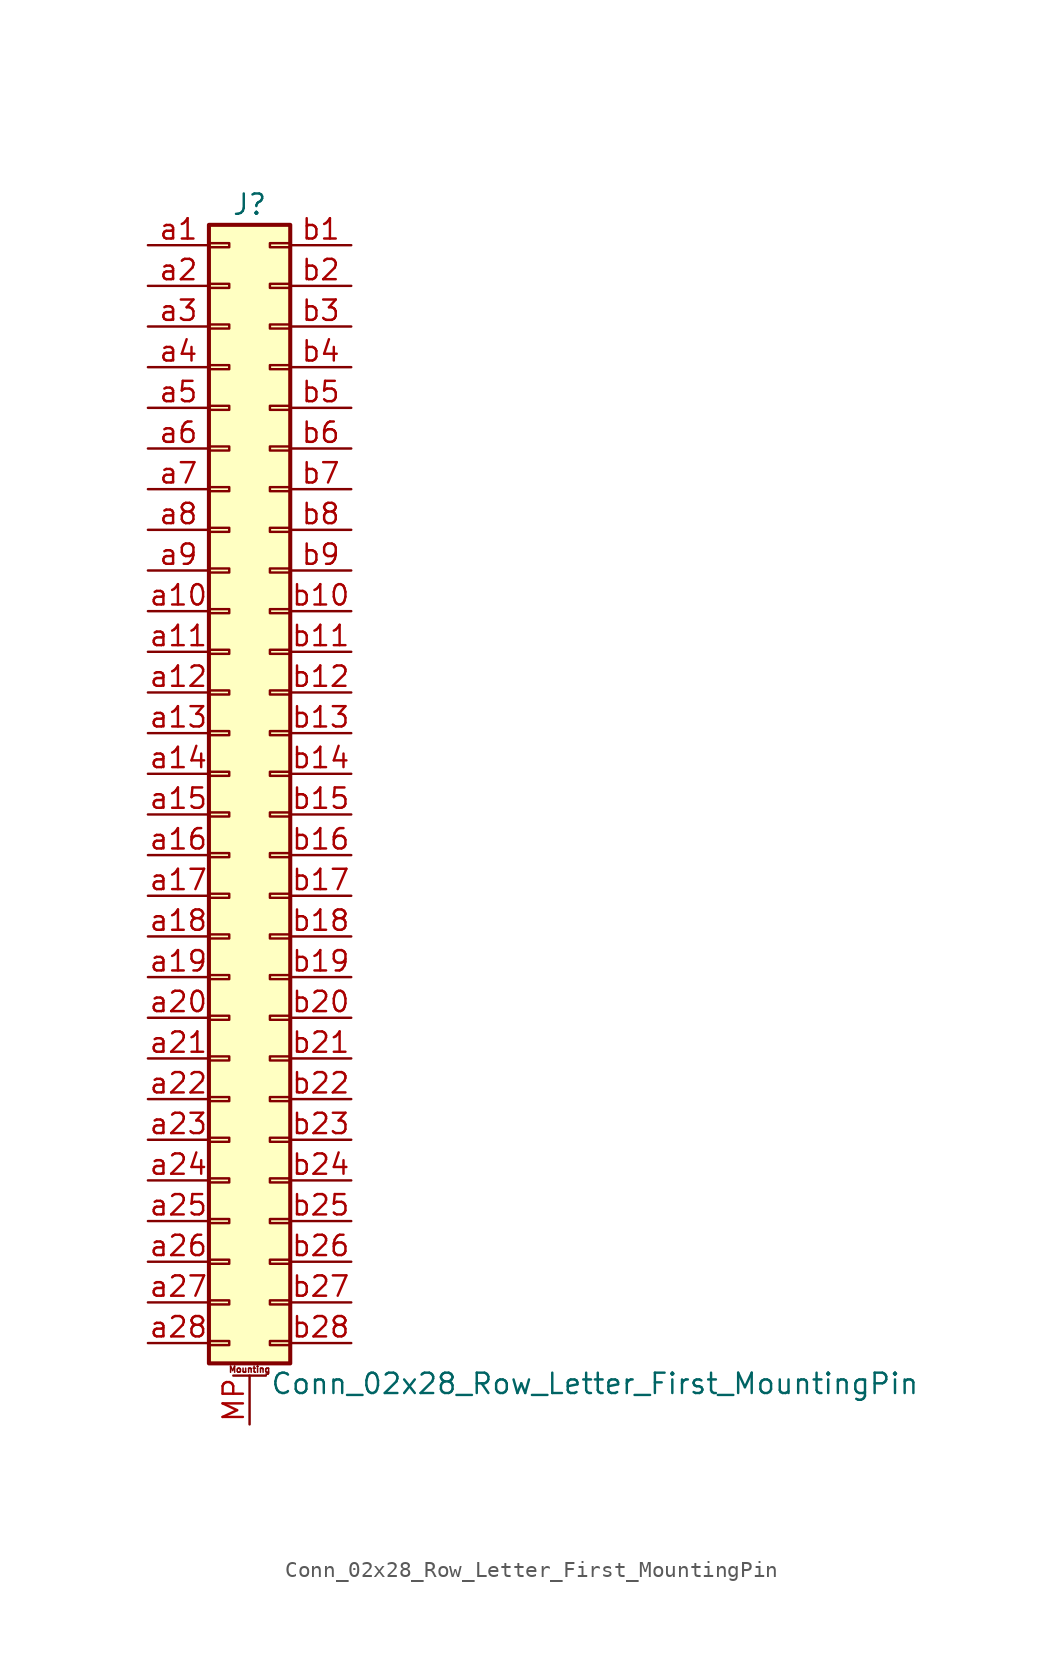
<source format=kicad_sym>
(kicad_symbol_lib
  (version 20201005)
  (generator kicad_symbol_editor)
  (symbol "Conn_02x28_Row_Letter_First_MountingPin"
    (pin_names
      (offset 1.016) hide)
    (property "Reference" "J"
      (at 1.27 35.56 0)
      (effects (font (size 1.27 1.27))))
    (property "Value" "Conn_02x28_Row_Letter_First_MountingPin"
      (at 2.54 -38.1 0)
      (effects (font (size 1.27 1.27)) (justify left)))
    (symbol "Conn_02x28_Row_Letter_First_MountingPin_1_1"
      (text "Mounting" (at 1.27 -37.211 0) (effects (font (size 0.381 0.381))))
      (rectangle (start -1.27 -35.433) (end 0 -35.687) (stroke (width 0.152)) (fill (type none)))
      (rectangle (start -1.27 -32.893) (end 0 -33.147) (stroke (width 0.152)) (fill (type none)))
      (rectangle (start -1.27 -30.353) (end 0 -30.607) (stroke (width 0.152)) (fill (type none)))
      (rectangle (start -1.27 -27.813) (end 0 -28.067) (stroke (width 0.152)) (fill (type none)))
      (rectangle (start -1.27 -25.273) (end 0 -25.527) (stroke (width 0.152)) (fill (type none)))
      (rectangle (start -1.27 -22.733) (end 0 -22.987) (stroke (width 0.152)) (fill (type none)))
      (rectangle (start -1.27 -20.193) (end 0 -20.447) (stroke (width 0.152)) (fill (type none)))
      (rectangle (start -1.27 -17.653) (end 0 -17.907) (stroke (width 0.152)) (fill (type none)))
      (rectangle (start -1.27 -15.113) (end 0 -15.367) (stroke (width 0.152)) (fill (type none)))
      (rectangle (start -1.27 -12.573) (end 0 -12.827) (stroke (width 0.152)) (fill (type none)))
      (rectangle (start -1.27 -10.033) (end 0 -10.287) (stroke (width 0.152)) (fill (type none)))
      (rectangle (start -1.27 -7.493) (end 0 -7.747) (stroke (width 0.152)) (fill (type none)))
      (rectangle (start -1.27 -4.953) (end 0 -5.207) (stroke (width 0.152)) (fill (type none)))
      (rectangle (start -1.27 -2.413) (end 0 -2.667) (stroke (width 0.152)) (fill (type none)))
      (rectangle (start -1.27 0.127) (end 0 -0.127) (stroke (width 0.152)) (fill (type none)))
      (rectangle (start -1.27 2.667) (end 0 2.413) (stroke (width 0.152)) (fill (type none)))
      (rectangle (start -1.27 5.207) (end 0 4.953) (stroke (width 0.152)) (fill (type none)))
      (rectangle (start -1.27 7.747) (end 0 7.493) (stroke (width 0.152)) (fill (type none)))
      (rectangle (start -1.27 10.287) (end 0 10.033) (stroke (width 0.152)) (fill (type none)))
      (rectangle (start -1.27 12.827) (end 0 12.573) (stroke (width 0.152)) (fill (type none)))
      (rectangle (start -1.27 15.367) (end 0 15.113) (stroke (width 0.152)) (fill (type none)))
      (rectangle (start -1.27 17.907) (end 0 17.653) (stroke (width 0.152)) (fill (type none)))
      (rectangle (start -1.27 20.447) (end 0 20.193) (stroke (width 0.152)) (fill (type none)))
      (rectangle (start -1.27 22.987) (end 0 22.733) (stroke (width 0.152)) (fill (type none)))
      (rectangle (start -1.27 25.527) (end 0 25.273) (stroke (width 0.152)) (fill (type none)))
      (rectangle (start -1.27 28.067) (end 0 27.813) (stroke (width 0.152)) (fill (type none)))
      (rectangle (start -1.27 30.607) (end 0 30.353) (stroke (width 0.152)) (fill (type none)))
      (rectangle (start -1.27 33.147) (end 0 32.893) (stroke (width 0.152)) (fill (type none)))
      (rectangle (start -1.27 34.29) (end 3.81 -36.83) (stroke (width 0.254)) (fill (type background)))
      (rectangle (start 3.81 -35.433) (end 2.54 -35.687) (stroke (width 0.152)) (fill (type none)))
      (rectangle (start 3.81 -32.893) (end 2.54 -33.147) (stroke (width 0.152)) (fill (type none)))
      (rectangle (start 3.81 -30.353) (end 2.54 -30.607) (stroke (width 0.152)) (fill (type none)))
      (rectangle (start 3.81 -27.813) (end 2.54 -28.067) (stroke (width 0.152)) (fill (type none)))
      (rectangle (start 3.81 -25.273) (end 2.54 -25.527) (stroke (width 0.152)) (fill (type none)))
      (rectangle (start 3.81 -22.733) (end 2.54 -22.987) (stroke (width 0.152)) (fill (type none)))
      (rectangle (start 3.81 -20.193) (end 2.54 -20.447) (stroke (width 0.152)) (fill (type none)))
      (rectangle (start 3.81 -17.653) (end 2.54 -17.907) (stroke (width 0.152)) (fill (type none)))
      (rectangle (start 3.81 -15.113) (end 2.54 -15.367) (stroke (width 0.152)) (fill (type none)))
      (rectangle (start 3.81 -12.573) (end 2.54 -12.827) (stroke (width 0.152)) (fill (type none)))
      (rectangle (start 3.81 -10.033) (end 2.54 -10.287) (stroke (width 0.152)) (fill (type none)))
      (rectangle (start 3.81 -7.493) (end 2.54 -7.747) (stroke (width 0.152)) (fill (type none)))
      (rectangle (start 3.81 -4.953) (end 2.54 -5.207) (stroke (width 0.152)) (fill (type none)))
      (rectangle (start 3.81 -2.413) (end 2.54 -2.667) (stroke (width 0.152)) (fill (type none)))
      (rectangle (start 3.81 0.127) (end 2.54 -0.127) (stroke (width 0.152)) (fill (type none)))
      (rectangle (start 3.81 2.667) (end 2.54 2.413) (stroke (width 0.152)) (fill (type none)))
      (rectangle (start 3.81 5.207) (end 2.54 4.953) (stroke (width 0.152)) (fill (type none)))
      (rectangle (start 3.81 7.747) (end 2.54 7.493) (stroke (width 0.152)) (fill (type none)))
      (rectangle (start 3.81 10.287) (end 2.54 10.033) (stroke (width 0.152)) (fill (type none)))
      (rectangle (start 3.81 12.827) (end 2.54 12.573) (stroke (width 0.152)) (fill (type none)))
      (rectangle (start 3.81 15.367) (end 2.54 15.113) (stroke (width 0.152)) (fill (type none)))
      (rectangle (start 3.81 17.907) (end 2.54 17.653) (stroke (width 0.152)) (fill (type none)))
      (rectangle (start 3.81 20.447) (end 2.54 20.193) (stroke (width 0.152)) (fill (type none)))
      (rectangle (start 3.81 22.987) (end 2.54 22.733) (stroke (width 0.152)) (fill (type none)))
      (rectangle (start 3.81 25.527) (end 2.54 25.273) (stroke (width 0.152)) (fill (type none)))
      (rectangle (start 3.81 28.067) (end 2.54 27.813) (stroke (width 0.152)) (fill (type none)))
      (rectangle (start 3.81 30.607) (end 2.54 30.353) (stroke (width 0.152)) (fill (type none)))
      (rectangle (start 3.81 33.147) (end 2.54 32.893) (stroke (width 0.152)) (fill (type none)))
      (polyline (pts (xy 0.254 -37.592) (xy 2.286 -37.592)) (stroke (width 0.152)) (fill (type none)))
      (pin passive line (at 1.27 -40.64 90) (length 3.048) (name "MountPin" (effects (font (size 1.27 1.27)))) (number "MP" (effects (font (size 1.27 1.27)))))
      (pin passive line (at -5.08 33.02 0) (length 3.81) (name "Pin_a1" (effects (font (size 1.27 1.27)))) (number "a1" (effects (font (size 1.27 1.27)))))
      (pin passive line (at -5.08 10.16 0) (length 3.81) (name "Pin_a10" (effects (font (size 1.27 1.27)))) (number "a10" (effects (font (size 1.27 1.27)))))
      (pin passive line (at -5.08 7.62 0) (length 3.81) (name "Pin_a11" (effects (font (size 1.27 1.27)))) (number "a11" (effects (font (size 1.27 1.27)))))
      (pin passive line (at -5.08 5.08 0) (length 3.81) (name "Pin_a12" (effects (font (size 1.27 1.27)))) (number "a12" (effects (font (size 1.27 1.27)))))
      (pin passive line (at -5.08 2.54 0) (length 3.81) (name "Pin_a13" (effects (font (size 1.27 1.27)))) (number "a13" (effects (font (size 1.27 1.27)))))
      (pin passive line (at -5.08 0 0) (length 3.81) (name "Pin_a14" (effects (font (size 1.27 1.27)))) (number "a14" (effects (font (size 1.27 1.27)))))
      (pin passive line (at -5.08 -2.54 0) (length 3.81) (name "Pin_a15" (effects (font (size 1.27 1.27)))) (number "a15" (effects (font (size 1.27 1.27)))))
      (pin passive line (at -5.08 -5.08 0) (length 3.81) (name "Pin_a16" (effects (font (size 1.27 1.27)))) (number "a16" (effects (font (size 1.27 1.27)))))
      (pin passive line (at -5.08 -7.62 0) (length 3.81) (name "Pin_a17" (effects (font (size 1.27 1.27)))) (number "a17" (effects (font (size 1.27 1.27)))))
      (pin passive line (at -5.08 -10.16 0) (length 3.81) (name "Pin_a18" (effects (font (size 1.27 1.27)))) (number "a18" (effects (font (size 1.27 1.27)))))
      (pin passive line (at -5.08 -12.7 0) (length 3.81) (name "Pin_a19" (effects (font (size 1.27 1.27)))) (number "a19" (effects (font (size 1.27 1.27)))))
      (pin passive line (at -5.08 30.48 0) (length 3.81) (name "Pin_a2" (effects (font (size 1.27 1.27)))) (number "a2" (effects (font (size 1.27 1.27)))))
      (pin passive line (at -5.08 -15.24 0) (length 3.81) (name "Pin_a20" (effects (font (size 1.27 1.27)))) (number "a20" (effects (font (size 1.27 1.27)))))
      (pin passive line (at -5.08 -17.78 0) (length 3.81) (name "Pin_a21" (effects (font (size 1.27 1.27)))) (number "a21" (effects (font (size 1.27 1.27)))))
      (pin passive line (at -5.08 -20.32 0) (length 3.81) (name "Pin_a22" (effects (font (size 1.27 1.27)))) (number "a22" (effects (font (size 1.27 1.27)))))
      (pin passive line (at -5.08 -22.86 0) (length 3.81) (name "Pin_a23" (effects (font (size 1.27 1.27)))) (number "a23" (effects (font (size 1.27 1.27)))))
      (pin passive line (at -5.08 -25.4 0) (length 3.81) (name "Pin_a24" (effects (font (size 1.27 1.27)))) (number "a24" (effects (font (size 1.27 1.27)))))
      (pin passive line (at -5.08 -27.94 0) (length 3.81) (name "Pin_a25" (effects (font (size 1.27 1.27)))) (number "a25" (effects (font (size 1.27 1.27)))))
      (pin passive line (at -5.08 -30.48 0) (length 3.81) (name "Pin_a26" (effects (font (size 1.27 1.27)))) (number "a26" (effects (font (size 1.27 1.27)))))
      (pin passive line (at -5.08 -33.02 0) (length 3.81) (name "Pin_a27" (effects (font (size 1.27 1.27)))) (number "a27" (effects (font (size 1.27 1.27)))))
      (pin passive line (at -5.08 -35.56 0) (length 3.81) (name "Pin_a28" (effects (font (size 1.27 1.27)))) (number "a28" (effects (font (size 1.27 1.27)))))
      (pin passive line (at -5.08 27.94 0) (length 3.81) (name "Pin_a3" (effects (font (size 1.27 1.27)))) (number "a3" (effects (font (size 1.27 1.27)))))
      (pin passive line (at -5.08 25.4 0) (length 3.81) (name "Pin_a4" (effects (font (size 1.27 1.27)))) (number "a4" (effects (font (size 1.27 1.27)))))
      (pin passive line (at -5.08 22.86 0) (length 3.81) (name "Pin_a5" (effects (font (size 1.27 1.27)))) (number "a5" (effects (font (size 1.27 1.27)))))
      (pin passive line (at -5.08 20.32 0) (length 3.81) (name "Pin_a6" (effects (font (size 1.27 1.27)))) (number "a6" (effects (font (size 1.27 1.27)))))
      (pin passive line (at -5.08 17.78 0) (length 3.81) (name "Pin_a7" (effects (font (size 1.27 1.27)))) (number "a7" (effects (font (size 1.27 1.27)))))
      (pin passive line (at -5.08 15.24 0) (length 3.81) (name "Pin_a8" (effects (font (size 1.27 1.27)))) (number "a8" (effects (font (size 1.27 1.27)))))
      (pin passive line (at -5.08 12.7 0) (length 3.81) (name "Pin_a9" (effects (font (size 1.27 1.27)))) (number "a9" (effects (font (size 1.27 1.27)))))
      (pin passive line (at 7.62 33.02 180) (length 3.81) (name "Pin_b1" (effects (font (size 1.27 1.27)))) (number "b1" (effects (font (size 1.27 1.27)))))
      (pin passive line (at 7.62 10.16 180) (length 3.81) (name "Pin_b10" (effects (font (size 1.27 1.27)))) (number "b10" (effects (font (size 1.27 1.27)))))
      (pin passive line (at 7.62 7.62 180) (length 3.81) (name "Pin_b11" (effects (font (size 1.27 1.27)))) (number "b11" (effects (font (size 1.27 1.27)))))
      (pin passive line (at 7.62 5.08 180) (length 3.81) (name "Pin_b12" (effects (font (size 1.27 1.27)))) (number "b12" (effects (font (size 1.27 1.27)))))
      (pin passive line (at 7.62 2.54 180) (length 3.81) (name "Pin_b13" (effects (font (size 1.27 1.27)))) (number "b13" (effects (font (size 1.27 1.27)))))
      (pin passive line (at 7.62 0 180) (length 3.81) (name "Pin_b14" (effects (font (size 1.27 1.27)))) (number "b14" (effects (font (size 1.27 1.27)))))
      (pin passive line (at 7.62 -2.54 180) (length 3.81) (name "Pin_b15" (effects (font (size 1.27 1.27)))) (number "b15" (effects (font (size 1.27 1.27)))))
      (pin passive line (at 7.62 -5.08 180) (length 3.81) (name "Pin_b16" (effects (font (size 1.27 1.27)))) (number "b16" (effects (font (size 1.27 1.27)))))
      (pin passive line (at 7.62 -7.62 180) (length 3.81) (name "Pin_b17" (effects (font (size 1.27 1.27)))) (number "b17" (effects (font (size 1.27 1.27)))))
      (pin passive line (at 7.62 -10.16 180) (length 3.81) (name "Pin_b18" (effects (font (size 1.27 1.27)))) (number "b18" (effects (font (size 1.27 1.27)))))
      (pin passive line (at 7.62 -12.7 180) (length 3.81) (name "Pin_b19" (effects (font (size 1.27 1.27)))) (number "b19" (effects (font (size 1.27 1.27)))))
      (pin passive line (at 7.62 30.48 180) (length 3.81) (name "Pin_b2" (effects (font (size 1.27 1.27)))) (number "b2" (effects (font (size 1.27 1.27)))))
      (pin passive line (at 7.62 -15.24 180) (length 3.81) (name "Pin_b20" (effects (font (size 1.27 1.27)))) (number "b20" (effects (font (size 1.27 1.27)))))
      (pin passive line (at 7.62 -17.78 180) (length 3.81) (name "Pin_b21" (effects (font (size 1.27 1.27)))) (number "b21" (effects (font (size 1.27 1.27)))))
      (pin passive line (at 7.62 -20.32 180) (length 3.81) (name "Pin_b22" (effects (font (size 1.27 1.27)))) (number "b22" (effects (font (size 1.27 1.27)))))
      (pin passive line (at 7.62 -22.86 180) (length 3.81) (name "Pin_b23" (effects (font (size 1.27 1.27)))) (number "b23" (effects (font (size 1.27 1.27)))))
      (pin passive line (at 7.62 -25.4 180) (length 3.81) (name "Pin_b24" (effects (font (size 1.27 1.27)))) (number "b24" (effects (font (size 1.27 1.27)))))
      (pin passive line (at 7.62 -27.94 180) (length 3.81) (name "Pin_b25" (effects (font (size 1.27 1.27)))) (number "b25" (effects (font (size 1.27 1.27)))))
      (pin passive line (at 7.62 -30.48 180) (length 3.81) (name "Pin_b26" (effects (font (size 1.27 1.27)))) (number "b26" (effects (font (size 1.27 1.27)))))
      (pin passive line (at 7.62 -33.02 180) (length 3.81) (name "Pin_b27" (effects (font (size 1.27 1.27)))) (number "b27" (effects (font (size 1.27 1.27)))))
      (pin passive line (at 7.62 -35.56 180) (length 3.81) (name "Pin_b28" (effects (font (size 1.27 1.27)))) (number "b28" (effects (font (size 1.27 1.27)))))
      (pin passive line (at 7.62 27.94 180) (length 3.81) (name "Pin_b3" (effects (font (size 1.27 1.27)))) (number "b3" (effects (font (size 1.27 1.27)))))
      (pin passive line (at 7.62 25.4 180) (length 3.81) (name "Pin_b4" (effects (font (size 1.27 1.27)))) (number "b4" (effects (font (size 1.27 1.27)))))
      (pin passive line (at 7.62 22.86 180) (length 3.81) (name "Pin_b5" (effects (font (size 1.27 1.27)))) (number "b5" (effects (font (size 1.27 1.27)))))
      (pin passive line (at 7.62 20.32 180) (length 3.81) (name "Pin_b6" (effects (font (size 1.27 1.27)))) (number "b6" (effects (font (size 1.27 1.27)))))
      (pin passive line (at 7.62 17.78 180) (length 3.81) (name "Pin_b7" (effects (font (size 1.27 1.27)))) (number "b7" (effects (font (size 1.27 1.27)))))
      (pin passive line (at 7.62 15.24 180) (length 3.81) (name "Pin_b8" (effects (font (size 1.27 1.27)))) (number "b8" (effects (font (size 1.27 1.27)))))
      (pin passive line (at 7.62 12.7 180) (length 3.81) (name "Pin_b9" (effects (font (size 1.27 1.27)))) (number "b9" (effects (font (size 1.27 1.27))))))))
</source>
